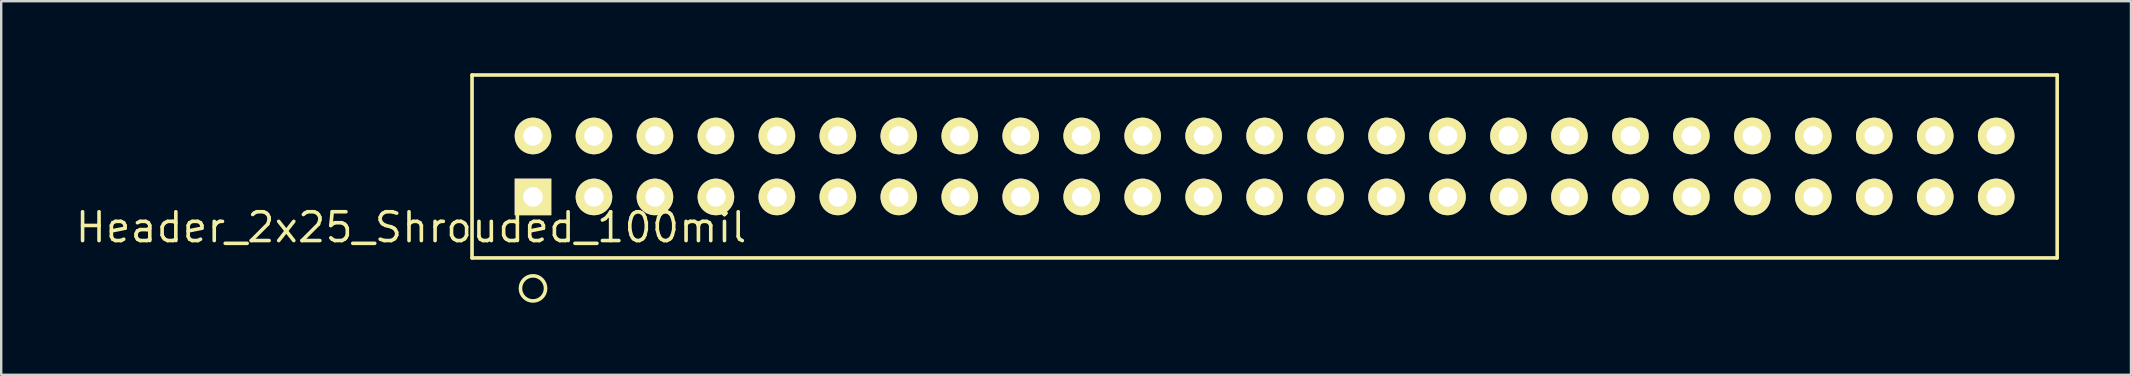
<source format=kicad_pcb>
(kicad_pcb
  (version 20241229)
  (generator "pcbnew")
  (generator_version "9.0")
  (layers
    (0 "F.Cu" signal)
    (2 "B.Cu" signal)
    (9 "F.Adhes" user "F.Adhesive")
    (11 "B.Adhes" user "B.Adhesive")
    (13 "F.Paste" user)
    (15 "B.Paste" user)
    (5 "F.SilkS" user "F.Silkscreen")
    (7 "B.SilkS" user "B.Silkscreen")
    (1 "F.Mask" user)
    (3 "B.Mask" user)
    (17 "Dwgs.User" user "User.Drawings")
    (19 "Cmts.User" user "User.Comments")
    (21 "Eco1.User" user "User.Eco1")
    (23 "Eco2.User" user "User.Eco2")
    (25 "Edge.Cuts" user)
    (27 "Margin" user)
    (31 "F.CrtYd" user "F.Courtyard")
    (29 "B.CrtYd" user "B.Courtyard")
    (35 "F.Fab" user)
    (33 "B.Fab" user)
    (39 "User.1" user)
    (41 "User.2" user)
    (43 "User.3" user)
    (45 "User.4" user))
  (footprint "Header_2x25_Shrouded_100mil"
    (layer "F.Cu")
    (at 19.156 5.155)
    (property "Reference" "Header_2x25_Shrouded_100mil" (at -5.08 1.27 180) (layer "F.SilkS") (effects (font (size 1.2 1.2) (thickness 0.15))))
    (attr through_hole)
    (fp_line (start -2.54 -5.08) (end -2.54 2.54) (stroke (width 0.15) (type solid)) (layer "F.SilkS"))
    (fp_line (start -2.54 2.54) (end 63.5 2.54) (stroke (width 0.15) (type solid)) (layer "F.SilkS"))
    (fp_line (start 63.5 -5.08) (end -2.54 -5.08) (stroke (width 0.15) (type solid)) (layer "F.SilkS"))
    (fp_line (start 63.5 2.54) (end 63.5 -5.08) (stroke (width 0.15) (type solid)) (layer "F.SilkS"))
    (fp_circle (center 0 3.81) (end 0.508 3.937) (stroke (width 0.15) (type solid)) (fill no) (layer "F.SilkS"))
    (pad "1" thru_hole rect (at 0 0) (size 1.524 1.524) (drill 0.813) (layers "*.Cu" "*.Mask" "F.SilkS"))
    (pad "2" thru_hole circle (at 0 -2.54) (size 1.524 1.524) (drill 0.813) (layers "*.Cu" "*.Mask" "F.SilkS"))
    (pad "3" thru_hole circle (at 2.54 0) (size 1.524 1.524) (drill 0.813) (layers "*.Cu" "*.Mask" "F.SilkS"))
    (pad "4" thru_hole circle (at 2.54 -2.54) (size 1.524 1.524) (drill 0.813) (layers "*.Cu" "*.Mask" "F.SilkS"))
    (pad "5" thru_hole circle (at 5.08 0) (size 1.524 1.524) (drill 0.813) (layers "*.Cu" "*.Mask" "F.SilkS"))
    (pad "6" thru_hole circle (at 5.08 -2.54) (size 1.524 1.524) (drill 0.813) (layers "*.Cu" "*.Mask" "F.SilkS"))
    (pad "7" thru_hole circle (at 7.62 0) (size 1.524 1.524) (drill 0.813) (layers "*.Cu" "*.Mask" "F.SilkS"))
    (pad "8" thru_hole circle (at 7.62 -2.54) (size 1.524 1.524) (drill 0.813) (layers "*.Cu" "*.Mask" "F.SilkS"))
    (pad "9" thru_hole circle (at 10.16 0) (size 1.524 1.524) (drill 0.813) (layers "*.Cu" "*.Mask" "F.SilkS"))
    (pad "10" thru_hole circle (at 10.16 -2.54) (size 1.524 1.524) (drill 0.813) (layers "*.Cu" "*.Mask" "F.SilkS"))
    (pad "11" thru_hole circle (at 12.7 0) (size 1.524 1.524) (drill 0.813) (layers "*.Cu" "*.Mask" "F.SilkS"))
    (pad "12" thru_hole circle (at 12.7 -2.54) (size 1.524 1.524) (drill 0.813) (layers "*.Cu" "*.Mask" "F.SilkS"))
    (pad "13" thru_hole circle (at 15.24 0) (size 1.524 1.524) (drill 0.813) (layers "*.Cu" "*.Mask" "F.SilkS"))
    (pad "14" thru_hole circle (at 15.24 -2.54) (size 1.524 1.524) (drill 0.813) (layers "*.Cu" "*.Mask" "F.SilkS"))
    (pad "15" thru_hole circle (at 17.78 0) (size 1.524 1.524) (drill 0.813) (layers "*.Cu" "*.Mask" "F.SilkS"))
    (pad "16" thru_hole circle (at 17.78 -2.54) (size 1.524 1.524) (drill 0.813) (layers "*.Cu" "*.Mask" "F.SilkS"))
    (pad "17" thru_hole circle (at 20.32 0) (size 1.524 1.524) (drill 0.813) (layers "*.Cu" "*.Mask" "F.SilkS"))
    (pad "18" thru_hole circle (at 20.32 -2.54) (size 1.524 1.524) (drill 0.813) (layers "*.Cu" "*.Mask" "F.SilkS"))
    (pad "19" thru_hole circle (at 22.86 0) (size 1.524 1.524) (drill 0.813) (layers "*.Cu" "*.Mask" "F.SilkS"))
    (pad "20" thru_hole circle (at 22.86 -2.54) (size 1.524 1.524) (drill 0.813) (layers "*.Cu" "*.Mask" "F.SilkS"))
    (pad "21" thru_hole circle (at 25.4 0) (size 1.524 1.524) (drill 0.813) (layers "*.Cu" "*.Mask" "F.SilkS"))
    (pad "22" thru_hole circle (at 25.4 -2.54) (size 1.524 1.524) (drill 0.813) (layers "*.Cu" "*.Mask" "F.SilkS"))
    (pad "23" thru_hole circle (at 27.94 0) (size 1.524 1.524) (drill 0.813) (layers "*.Cu" "*.Mask" "F.SilkS"))
    (pad "24" thru_hole circle (at 27.94 -2.54) (size 1.524 1.524) (drill 0.813) (layers "*.Cu" "*.Mask" "F.SilkS"))
    (pad "25" thru_hole circle (at 30.48 0) (size 1.524 1.524) (drill 0.813) (layers "*.Cu" "*.Mask" "F.SilkS"))
    (pad "26" thru_hole circle (at 30.48 -2.54) (size 1.524 1.524) (drill 0.813) (layers "*.Cu" "*.Mask" "F.SilkS"))
    (pad "27" thru_hole circle (at 33.02 0) (size 1.524 1.524) (drill 0.813) (layers "*.Cu" "*.Mask" "F.SilkS"))
    (pad "28" thru_hole circle (at 33.02 -2.54) (size 1.524 1.524) (drill 0.813) (layers "*.Cu" "*.Mask" "F.SilkS"))
    (pad "29" thru_hole circle (at 35.56 0) (size 1.524 1.524) (drill 0.813) (layers "*.Cu" "*.Mask" "F.SilkS"))
    (pad "30" thru_hole circle (at 35.56 -2.54) (size 1.524 1.524) (drill 0.813) (layers "*.Cu" "*.Mask" "F.SilkS"))
    (pad "31" thru_hole circle (at 38.1 0) (size 1.524 1.524) (drill 0.813) (layers "*.Cu" "*.Mask" "F.SilkS"))
    (pad "32" thru_hole circle (at 38.1 -2.54) (size 1.524 1.524) (drill 0.813) (layers "*.Cu" "*.Mask" "F.SilkS"))
    (pad "33" thru_hole circle (at 40.64 0) (size 1.524 1.524) (drill 0.813) (layers "*.Cu" "*.Mask" "F.SilkS"))
    (pad "34" thru_hole circle (at 40.64 -2.54) (size 1.524 1.524) (drill 0.813) (layers "*.Cu" "*.Mask" "F.SilkS"))
    (pad "35" thru_hole circle (at 43.18 0) (size 1.524 1.524) (drill 0.813) (layers "*.Cu" "*.Mask" "F.SilkS"))
    (pad "36" thru_hole circle (at 43.18 -2.54) (size 1.524 1.524) (drill 0.813) (layers "*.Cu" "*.Mask" "F.SilkS"))
    (pad "37" thru_hole circle (at 45.72 0) (size 1.524 1.524) (drill 0.813) (layers "*.Cu" "*.Mask" "F.SilkS"))
    (pad "38" thru_hole circle (at 45.72 -2.54) (size 1.524 1.524) (drill 0.813) (layers "*.Cu" "*.Mask" "F.SilkS"))
    (pad "39" thru_hole circle (at 48.26 0) (size 1.524 1.524) (drill 0.813) (layers "*.Cu" "*.Mask" "F.SilkS"))
    (pad "40" thru_hole circle (at 48.26 -2.54) (size 1.524 1.524) (drill 0.813) (layers "*.Cu" "*.Mask" "F.SilkS"))
    (pad "41" thru_hole circle (at 50.8 0) (size 1.524 1.524) (drill 0.813) (layers "*.Cu" "*.Mask" "F.SilkS"))
    (pad "42" thru_hole circle (at 50.8 -2.54) (size 1.524 1.524) (drill 0.813) (layers "*.Cu" "*.Mask" "F.SilkS"))
    (pad "43" thru_hole circle (at 53.34 0) (size 1.524 1.524) (drill 0.813) (layers "*.Cu" "*.Mask" "F.SilkS"))
    (pad "44" thru_hole circle (at 53.34 -2.54) (size 1.524 1.524) (drill 0.813) (layers "*.Cu" "*.Mask" "F.SilkS"))
    (pad "45" thru_hole circle (at 55.88 0) (size 1.524 1.524) (drill 0.813) (layers "*.Cu" "*.Mask" "F.SilkS"))
    (pad "46" thru_hole circle (at 55.88 -2.54) (size 1.524 1.524) (drill 0.813) (layers "*.Cu" "*.Mask" "F.SilkS"))
    (pad "47" thru_hole circle (at 58.42 0) (size 1.524 1.524) (drill 0.813) (layers "*.Cu" "*.Mask" "F.SilkS"))
    (pad "48" thru_hole circle (at 58.42 -2.54) (size 1.524 1.524) (drill 0.813) (layers "*.Cu" "*.Mask" "F.SilkS"))
    (pad "49" thru_hole circle (at 60.96 0) (size 1.524 1.524) (drill 0.813) (layers "*.Cu" "*.Mask" "F.SilkS"))
    (pad "50" thru_hole circle (at 60.96 -2.54) (size 1.524 1.524) (drill 0.813) (layers "*.Cu" "*.Mask" "F.SilkS")))
  (gr_rect
    (start -3 -3)
    (end 85.731 12.564)
    (stroke (width 0.1) (type default))
    (fill no)
    (layer "Edge.Cuts")))
</source>
